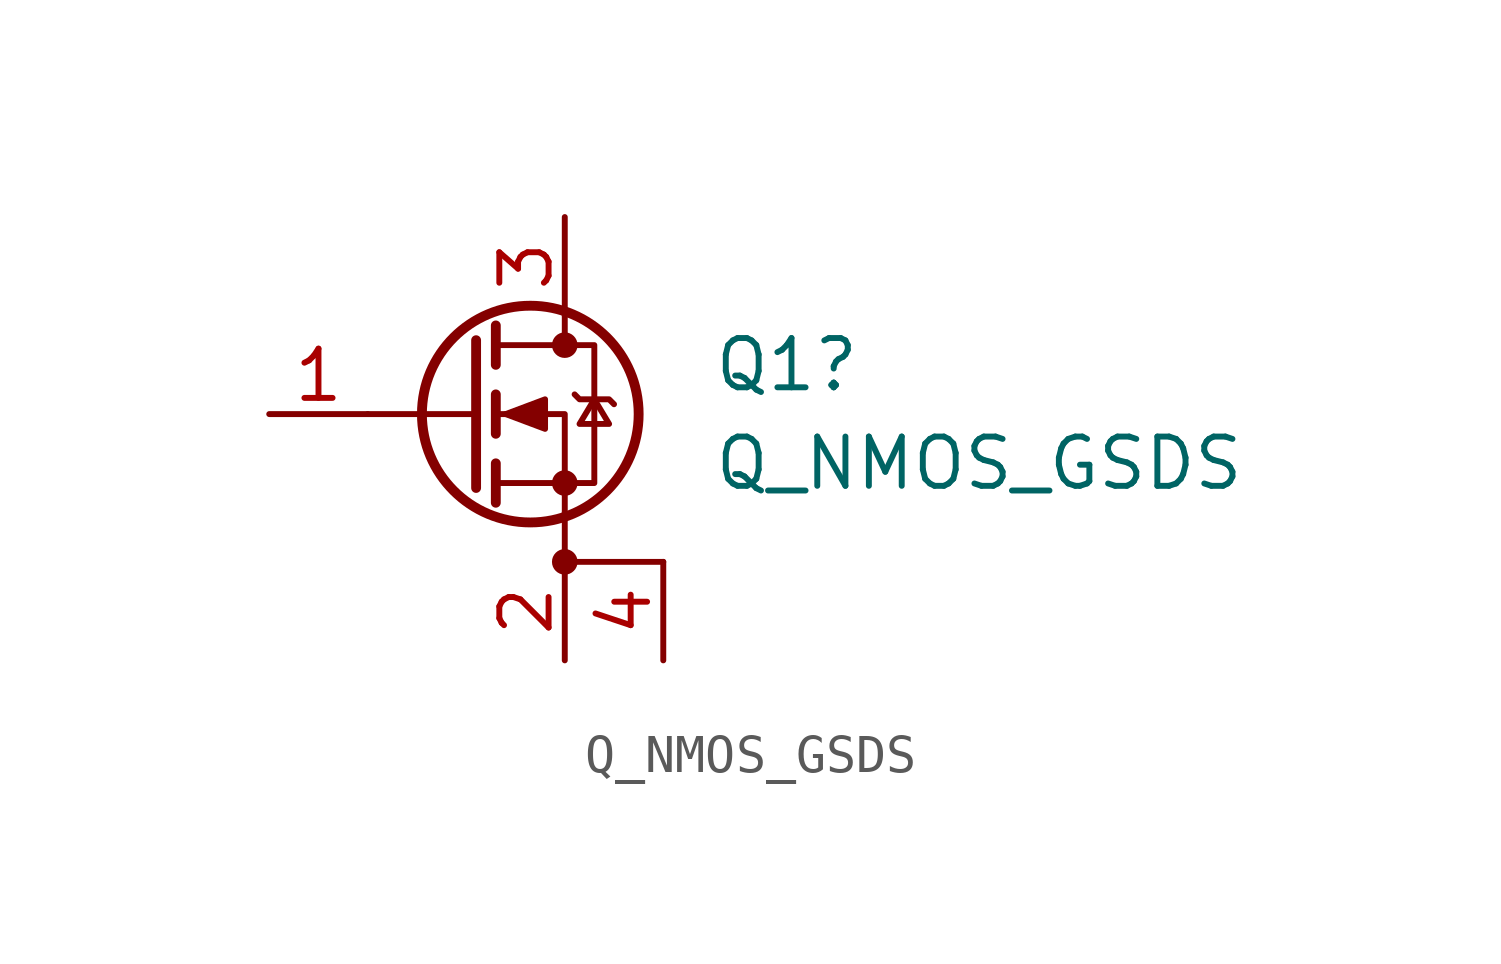
<source format=kicad_sym>
(kicad_symbol_lib
  (version 20211014)
  (generator kicad_symbol_editor)
  (symbol "Q_NMOS_GSDS"
    (pin_names
      (offset 0) hide)
    (property "Reference" "Q1"
      (at 6.35 1.27 0)
      (effects (font (size 1.27 1.27)) (justify left)))
    (property "Value" "Q_NMOS_GSDS"
      (at 6.35 -1.27 0)
      (effects (font (size 1.27 1.27)) (justify left)))
    (symbol "Q_NMOS_GSDS_0_1"
      (polyline (pts (xy 0.254 0) (xy -2.54 0)) (stroke (width 0) (type default) (color 0 0 0 0)) (fill (type none)))
      (polyline (pts (xy 0.254 1.905) (xy 0.254 -1.905)) (stroke (width 0.254) (type default) (color 0 0 0 0)) (fill (type none)))
      (polyline (pts (xy 0.762 -1.27) (xy 0.762 -2.286)) (stroke (width 0.254) (type default) (color 0 0 0 0)) (fill (type none)))
      (polyline (pts (xy 0.762 0.508) (xy 0.762 -0.508)) (stroke (width 0.254) (type default) (color 0 0 0 0)) (fill (type none)))
      (polyline (pts (xy 0.762 2.286) (xy 0.762 1.27)) (stroke (width 0.254) (type default) (color 0 0 0 0)) (fill (type none)))
      (polyline (pts (xy 2.54 -3.81) (xy 2.54 -2.54)) (stroke (width 0.152) (type default) (color 0 0 0 0)) (fill (type none)))
      (polyline (pts (xy 2.54 2.54) (xy 2.54 1.778)) (stroke (width 0) (type default) (color 0 0 0 0)) (fill (type none)))
      (polyline (pts (xy 5.08 -3.81) (xy 2.54 -3.81)) (stroke (width 0.152) (type default) (color 0 0 0 0)) (fill (type none)))
      (polyline (pts (xy 2.54 -2.54) (xy 2.54 0) (xy 0.762 0)) (stroke (width 0) (type default) (color 0 0 0 0)) (fill (type none)))
      (polyline (pts (xy 0.762 -1.778) (xy 3.302 -1.778) (xy 3.302 1.778) (xy 0.762 1.778)) (stroke (width 0) (type default) (color 0 0 0 0)) (fill (type none)))
      (polyline (pts (xy 1.016 0) (xy 2.032 0.381) (xy 2.032 -0.381) (xy 1.016 0)) (stroke (width 0) (type default) (color 0 0 0 0)) (fill (type outline)))
      (polyline (pts (xy 2.794 0.508) (xy 2.921 0.381) (xy 3.683 0.381) (xy 3.81 0.254)) (stroke (width 0) (type default) (color 0 0 0 0)) (fill (type none)))
      (polyline (pts (xy 3.302 0.381) (xy 2.921 -0.254) (xy 3.683 -0.254) (xy 3.302 0.381)) (stroke (width 0) (type default) (color 0 0 0 0)) (fill (type none)))
      (circle (center 1.651 0) (radius 2.794) (stroke (width 0.254) (type default) (color 0 0 0 0)) (fill (type none)))
      (circle (center 2.54 -3.81) (radius 0.254) (stroke (width 0) (type default) (color 0 0 0 0)) (fill (type outline)))
      (circle (center 2.54 -1.778) (radius 0.254) (stroke (width 0) (type default) (color 0 0 0 0)) (fill (type outline)))
      (circle (center 2.54 1.778) (radius 0.254) (stroke (width 0) (type default) (color 0 0 0 0)) (fill (type outline))))
    (symbol "Q_NMOS_GSDS_1_1"
      (pin input line (at -5.08 0 0) (length 2.54) (name "G" (effects (font (size 1.27 1.27)))) (number "1" (effects (font (size 1.27 1.27)))))
      (pin passive line (at 2.54 -6.35 90) (length 2.54) (name "S" (effects (font (size 1.27 1.27)))) (number "2" (effects (font (size 1.27 1.27)))))
      (pin passive line (at 2.54 5.08 270) (length 2.54) (name "D" (effects (font (size 1.27 1.27)))) (number "3" (effects (font (size 1.27 1.27)))))
      (pin passive line (at 5.08 -6.35 90) (length 2.54) (name "Source" (effects (font (size 1.27 1.27)))) (number "4" (effects (font (size 1.27 1.27))))))))
</source>
